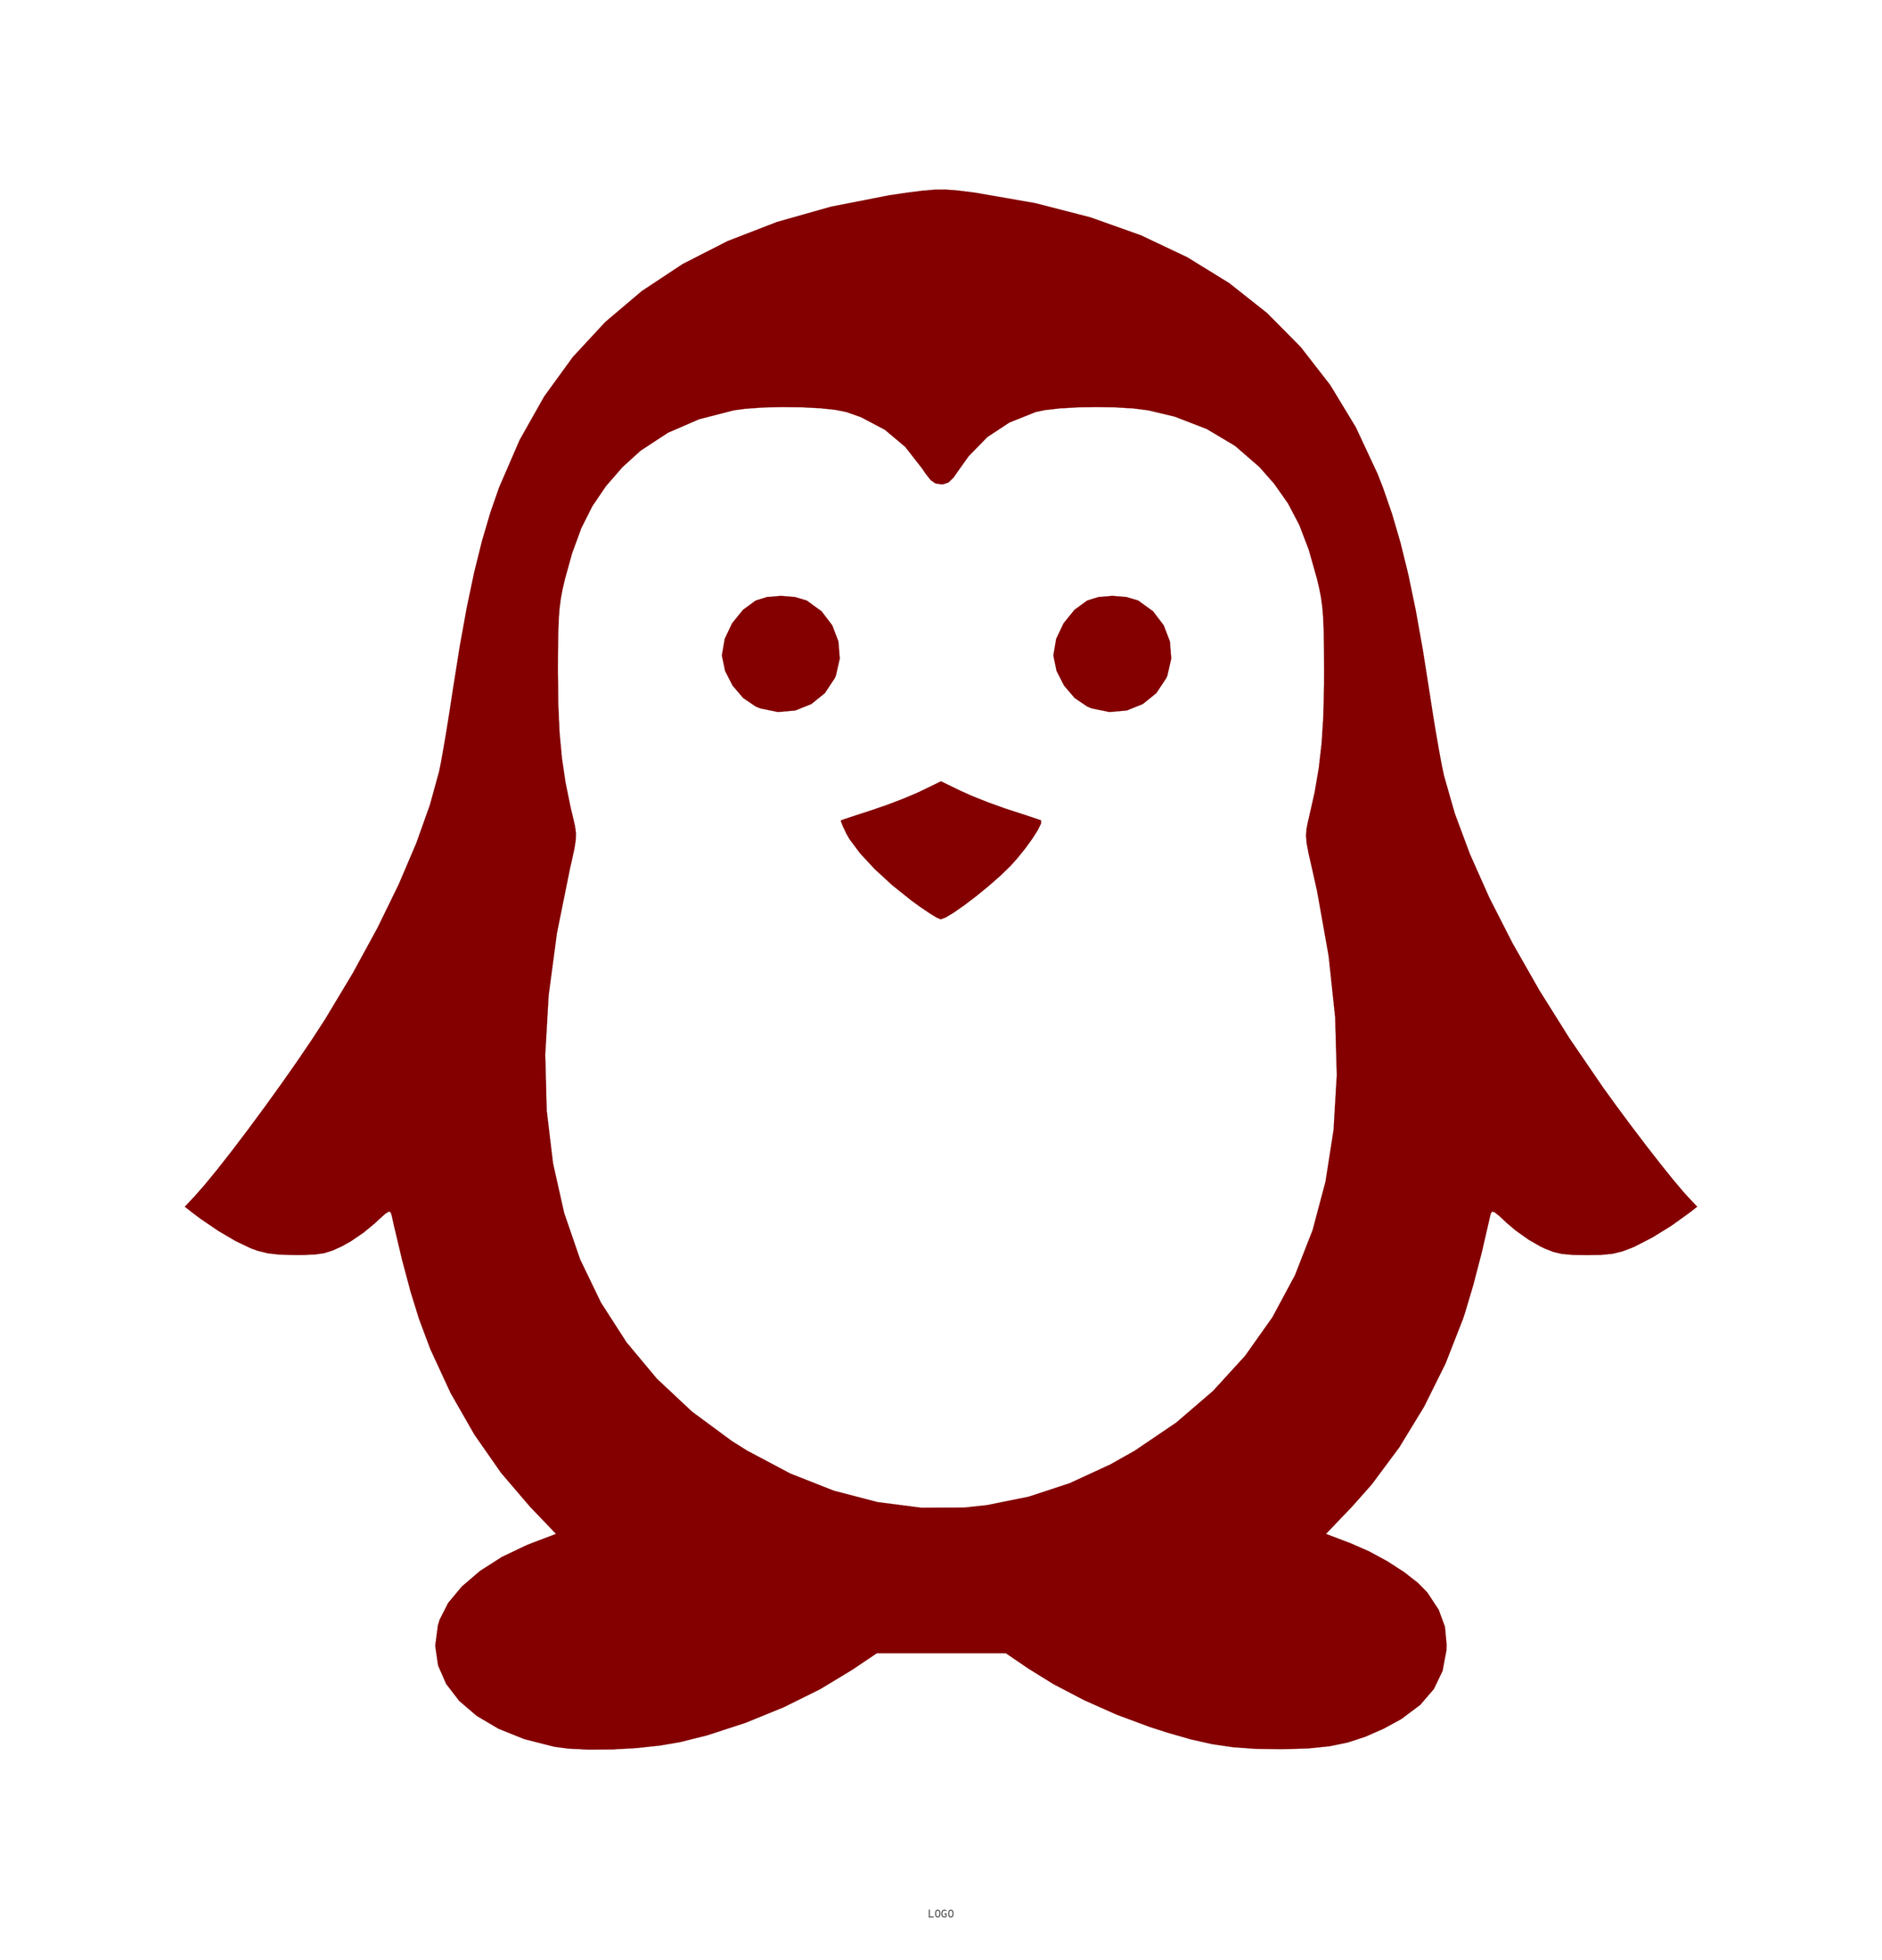
<source format=kicad_sym>
(kicad_symbol_lib
  (version 20220914)
  (generator "bitmap2component")
  (generator_version "8.0")
  (symbol "LOGO"
    (pin_names
      (offset 1.016))
    (property "Reference" "#G"
      (at 0 118.604 0)
      (effects (font (size 1.27 1.27)) hide))
    (symbol "LOGO_0_0"
      (polyline (pts (xy -45.194 -95.075) (xy -42.321 -94.913) (xy -39.553 -94.618) (xy -37.095 -94.2) (xy -33.882 -93.397) (xy -29.294 -91.901) (xy -24.739 -90.041) (xy -20.438 -87.912) (xy -16.615 -85.605) (xy -13.65 -83.608) (xy -5.957 -83.608) (xy 1.737 -83.608) (xy 4.484 -85.479) (xy 7.43 -87.302) (xy 11.055 -89.198) (xy 14.945 -90.93) (xy 18.874 -92.39) (xy 21.013 -93.079) (xy 23.82 -93.883) (xy 26.336 -94.446) (xy 28.769 -94.803) (xy 31.327 -94.991) (xy 34.219 -95.045) (xy 34.891 -95.042) (xy 37.833 -94.949) (xy 40.303 -94.696) (xy 42.485 -94.247) (xy 44.567 -93.566) (xy 46.733 -92.617) (xy 48.859 -91.46) (xy 51.126 -89.764) (xy 52.756 -87.865) (xy 53.785 -85.72) (xy 54.243 -83.289) (xy 54.273 -82.645) (xy 54.071 -80.454) (xy 53.325 -78.426) (xy 51.972 -76.368) (xy 50.845 -75.217) (xy 49.182 -73.922) (xy 47.184 -72.634) (xy 45.025 -71.463) (xy 42.875 -70.52) (xy 39.888 -69.385) (xy 43.014 -66.115) (xy 45.361 -63.465) (xy 48.63 -59.066) (xy 51.586 -54.219) (xy 54.145 -49.065) (xy 56.225 -43.745) (xy 56.452 -43.057) (xy 57.446 -39.73) (xy 58.461 -35.826) (xy 59.47 -31.449) (xy 59.523 -31.23) (xy 59.673 -30.963) (xy 59.971 -31.025) (xy 60.536 -31.471) (xy 61.487 -32.354) (xy 62.499 -33.211) (xy 64.015 -34.289) (xy 65.44 -35.111) (xy 65.976 -35.363) (xy 67 -35.769) (xy 68.002 -36.005) (xy 69.224 -36.115) (xy 70.908 -36.146) (xy 71.025 -36.147) (xy 72.762 -36.115) (xy 74.064 -35.985) (xy 75.186 -35.715) (xy 76.379 -35.264) (xy 76.695 -35.127) (xy 78.797 -34.046) (xy 81.073 -32.639) (xy 83.255 -31.067) (xy 84.138 -30.379) (xy 83.038 -29.212) (xy 82.44 -28.548) (xy 81.229 -27.108) (xy 79.753 -25.27) (xy 78.097 -23.145) (xy 76.347 -20.843) (xy 74.588 -18.474) (xy 72.906 -16.148) (xy 72.87 -16.096) (xy 68.912 -10.305) (xy 65.32 -4.574) (xy 62.126 1.034) (xy 59.361 6.457) (xy 57.057 11.632) (xy 55.246 16.497) (xy 53.96 20.99) (xy 53.955 21.01) (xy 53.69 22.272) (xy 53.356 24.064) (xy 52.982 26.22) (xy 52.596 28.575) (xy 52.228 30.963) (xy 51.44 35.972) (xy 50.583 40.756) (xy 49.699 45.001) (xy 48.766 48.79) (xy 47.766 52.21) (xy 46.68 55.347) (xy 46.039 56.986) (xy 43.45 62.529) (xy 40.397 67.567) (xy 36.871 72.106) (xy 32.862 76.154) (xy 28.36 79.716) (xy 23.357 82.8) (xy 17.844 85.412) (xy 11.811 87.56) (xy 5.248 89.249) (xy -1.852 90.486) (xy -2.315 90.549) (xy -4.089 90.768) (xy -5.492 90.871) (xy -6.791 90.858) (xy -8.252 90.73) (xy -10.142 90.486) (xy -12.18 90.186) (xy -19.129 88.823) (xy -25.543 87.007) (xy -31.43 84.73) (xy -36.8 81.987) (xy -41.661 78.77) (xy -46.025 75.073) (xy -49.898 70.889) (xy -53.291 66.211) (xy -56.214 61.033) (xy -58.674 55.347) (xy -59.703 52.391) (xy -60.703 49.002) (xy -61.636 45.251) (xy -62.521 41.051) (xy -63.377 36.317) (xy -64.225 30.963) (xy -64.248 30.807) (xy -64.608 28.468) (xy -64.97 26.216) (xy -65.309 24.206) (xy -65.599 22.59) (xy -65.815 21.519) (xy -66.907 17.545) (xy -68.545 12.948) (xy -70.646 8.023) (xy -73.176 2.84) (xy -76.104 -2.528) (xy -79.395 -8.01) (xy -79.502 -8.179) (xy -80.987 -10.464) (xy -82.191 -12.236) (xy -53.173 -12.236) (xy -52.768 -5.189) (xy -51.782 2.223) (xy -50.212 9.993) (xy -50.005 10.882) (xy -49.694 12.319) (xy -49.535 13.355) (xy -49.517 14.185) (xy -49.627 14.999) (xy -49.855 15.991) (xy -50.16 17.27) (xy -50.757 20.2) (xy -51.187 23.109) (xy -51.47 26.178) (xy -51.623 29.586) (xy -51.665 33.514) (xy -51.656 35.745) (xy -51.627 37.882) (xy -51.568 39.562) (xy -51.47 40.92) (xy -51.321 42.091) (xy -51.112 43.211) (xy -50.831 44.415) (xy -49.98 47.485) (xy -48.873 50.513) (xy -47.555 53.133) (xy -45.946 55.505) (xy -43.964 57.788) (xy -41.81 59.745) (xy -38.544 61.885) (xy -34.837 63.493) (xy -30.714 64.554) (xy -29.343 64.741) (xy -27.287 64.889) (xy -25.002 64.949) (xy -22.672 64.922) (xy -20.486 64.812) (xy -18.628 64.622) (xy -17.286 64.355) (xy -15.54 63.743) (xy -12.68 62.234) (xy -10.263 60.2) (xy -8.224 57.591) (xy -7.878 57.066) (xy -7.226 56.237) (xy -6.655 55.84) (xy -5.997 55.739) (xy -5.693 55.755) (xy -5.093 55.967) (xy -4.507 56.533) (xy -3.77 57.591) (xy -2.715 59.07) (xy -0.481 61.364) (xy 2.167 63.109) (xy 5.292 64.355) (xy 6.336 64.578) (xy 8.11 64.783) (xy 10.249 64.908) (xy 12.566 64.95) (xy 14.874 64.907) (xy 16.987 64.776) (xy 18.72 64.554) (xy 21.865 63.805) (xy 25.677 62.331) (xy 29.054 60.32) (xy 31.969 57.788) (xy 33.708 55.815) (xy 35.363 53.464) (xy 36.715 50.887) (xy 37.846 47.923) (xy 38.837 44.415) (xy 39.076 43.401) (xy 39.297 42.276) (xy 39.455 41.123) (xy 39.561 39.805) (xy 39.625 38.188) (xy 39.658 36.136) (xy 39.67 33.514) (xy 39.665 31.79) (xy 39.579 28.102) (xy 39.374 24.858) (xy 39.031 21.878) (xy 38.533 18.982) (xy 37.861 15.991) (xy 37.737 15.48) (xy 37.564 14.598) (xy 37.514 13.801) (xy 37.599 12.896) (xy 37.83 11.691) (xy 38.218 9.993) (xy 38.85 7.155) (xy 40.21 -0.487) (xy 40.987 -7.769) (xy 41.182 -14.684) (xy 40.799 -21.227) (xy 39.837 -27.392) (xy 38.3 -33.173) (xy 36.189 -38.565) (xy 33.506 -43.561) (xy 30.253 -48.156) (xy 26.43 -52.343) (xy 22.041 -56.117) (xy 17.087 -59.472) (xy 14.192 -61.104) (xy 9.336 -63.343) (xy 4.462 -64.948) (xy -0.529 -65.957) (xy -3.162 -66.239) (xy -8.354 -66.264) (xy -13.566 -65.593) (xy -18.775 -64.234) (xy -23.955 -62.192) (xy -29.082 -59.472) (xy -30.93 -58.313) (xy -35.681 -54.806) (xy -39.866 -50.883) (xy -43.484 -46.548) (xy -46.532 -41.808) (xy -49.01 -36.669) (xy -50.914 -31.136) (xy -52.244 -25.216) (xy -52.998 -18.914) (xy -53.173 -12.236) (xy -82.191 -12.236) (xy -82.716 -13.011) (xy -84.61 -15.713) (xy -86.59 -18.463) (xy -88.578 -21.155) (xy -90.494 -23.683) (xy -92.261 -25.939) (xy -93.8 -27.818) (xy -95.032 -29.212) (xy -96.132 -30.379) (xy -95.25 -31.07) (xy -94.256 -31.821) (xy -92.14 -33.259) (xy -90.072 -34.475) (xy -88.278 -35.331) (xy -87.44 -35.635) (xy -86.206 -35.939) (xy -84.778 -36.094) (xy -82.903 -36.136) (xy -82.019 -36.131) (xy -80.594 -36.073) (xy -79.516 -35.913) (xy -78.543 -35.608) (xy -77.435 -35.111) (xy -76.33 -34.492) (xy -74.8 -33.446) (xy -73.482 -32.354) (xy -72.989 -31.89) (xy -72.23 -31.215) (xy -71.803 -30.952) (xy -71.588 -31.048) (xy -71.465 -31.449) (xy -71.23 -32.515) (xy -70.216 -36.789) (xy -69.204 -40.567) (xy -68.219 -43.745) (xy -66.869 -47.354) (xy -64.456 -52.578) (xy -61.619 -57.539) (xy -58.442 -62.099) (xy -55.008 -66.115) (xy -51.882 -69.385) (xy -54.812 -70.498) (xy -55.372 -70.718) (xy -58.334 -72.129) (xy -60.942 -73.798) (xy -63.107 -75.651) (xy -64.743 -77.614) (xy -65.761 -79.616) (xy -65.963 -80.283) (xy -66.283 -82.721) (xy -65.944 -85.06) (xy -64.984 -87.258) (xy -63.437 -89.276) (xy -61.34 -91.074) (xy -58.73 -92.613) (xy -55.641 -93.851) (xy -52.11 -94.75) (xy -50.43 -94.974) (xy -47.966 -95.098) (xy -45.194 -95.075)) (stroke (width 0.01) (type default)) (fill (type outline)))
      (polyline (pts (xy -5.45 4.097) (xy -4.458 4.695) (xy -3.187 5.585) (xy -1.761 6.672) (xy -0.301 7.865) (xy 1.07 9.069) (xy 2.231 10.192) (xy 3.019 11.059) (xy 3.993 12.258) (xy 4.86 13.45) (xy 5.532 14.503) (xy 5.919 15.286) (xy 5.934 15.667) (xy 5.717 15.749) (xy 4.946 16.012) (xy 3.756 16.404) (xy 2.293 16.879) (xy 1.489 17.146) (xy -0.389 17.825) (xy -2.191 18.539) (xy -3.616 19.171) (xy -5.997 20.327) (xy -8.379 19.171) (xy -8.965 18.899) (xy -10.6 18.215) (xy -12.474 17.503) (xy -14.287 16.879) (xy -15.406 16.516) (xy -16.678 16.099) (xy -17.567 15.8) (xy -17.928 15.667) (xy -17.92 15.551) (xy -17.694 14.967) (xy -17.267 14.073) (xy -16.893 13.423) (xy -15.638 11.743) (xy -13.919 9.89) (xy -11.844 7.979) (xy -9.525 6.122) (xy -8.566 5.425) (xy -7.398 4.629) (xy -6.509 4.085) (xy -6.037 3.883) (xy -5.45 4.097)) (stroke (width 0.01) (type default)) (fill (type outline)))
      (polyline (pts (xy -23.353 28.78) (xy -21.449 29.547) (xy -19.842 30.846) (xy -18.658 32.632) (xy -18.526 32.938) (xy -18.064 34.965) (xy -18.227 37.008) (xy -18.965 38.931) (xy -20.23 40.593) (xy -21.971 41.857) (xy -22.028 41.886) (xy -23.401 42.296) (xy -25.079 42.432) (xy -26.746 42.294) (xy -28.082 41.879) (xy -29.594 40.776) (xy -30.896 39.17) (xy -31.775 37.315) (xy -32.101 35.419) (xy -32.098 35.248) (xy -31.729 33.484) (xy -30.843 31.751) (xy -29.582 30.267) (xy -28.087 29.25) (xy -27.542 29.027) (xy -25.426 28.592) (xy -23.353 28.78)) (stroke (width 0.01) (type default)) (fill (type outline)))
      (polyline (pts (xy 16.158 28.78) (xy 18.062 29.547) (xy 19.669 30.846) (xy 20.853 32.632) (xy 20.985 32.938) (xy 21.447 34.965) (xy 21.284 37.008) (xy 20.546 38.931) (xy 19.281 40.593) (xy 17.54 41.857) (xy 17.483 41.886) (xy 16.111 42.296) (xy 14.432 42.432) (xy 12.765 42.294) (xy 11.429 41.879) (xy 9.917 40.776) (xy 8.615 39.17) (xy 7.736 37.315) (xy 7.41 35.419) (xy 7.413 35.248) (xy 7.782 33.484) (xy 8.668 31.751) (xy 9.929 30.267) (xy 11.424 29.25) (xy 11.969 29.027) (xy 14.085 28.592) (xy 16.158 28.78)) (stroke (width 0.01) (type default)) (fill (type outline))))))
</source>
